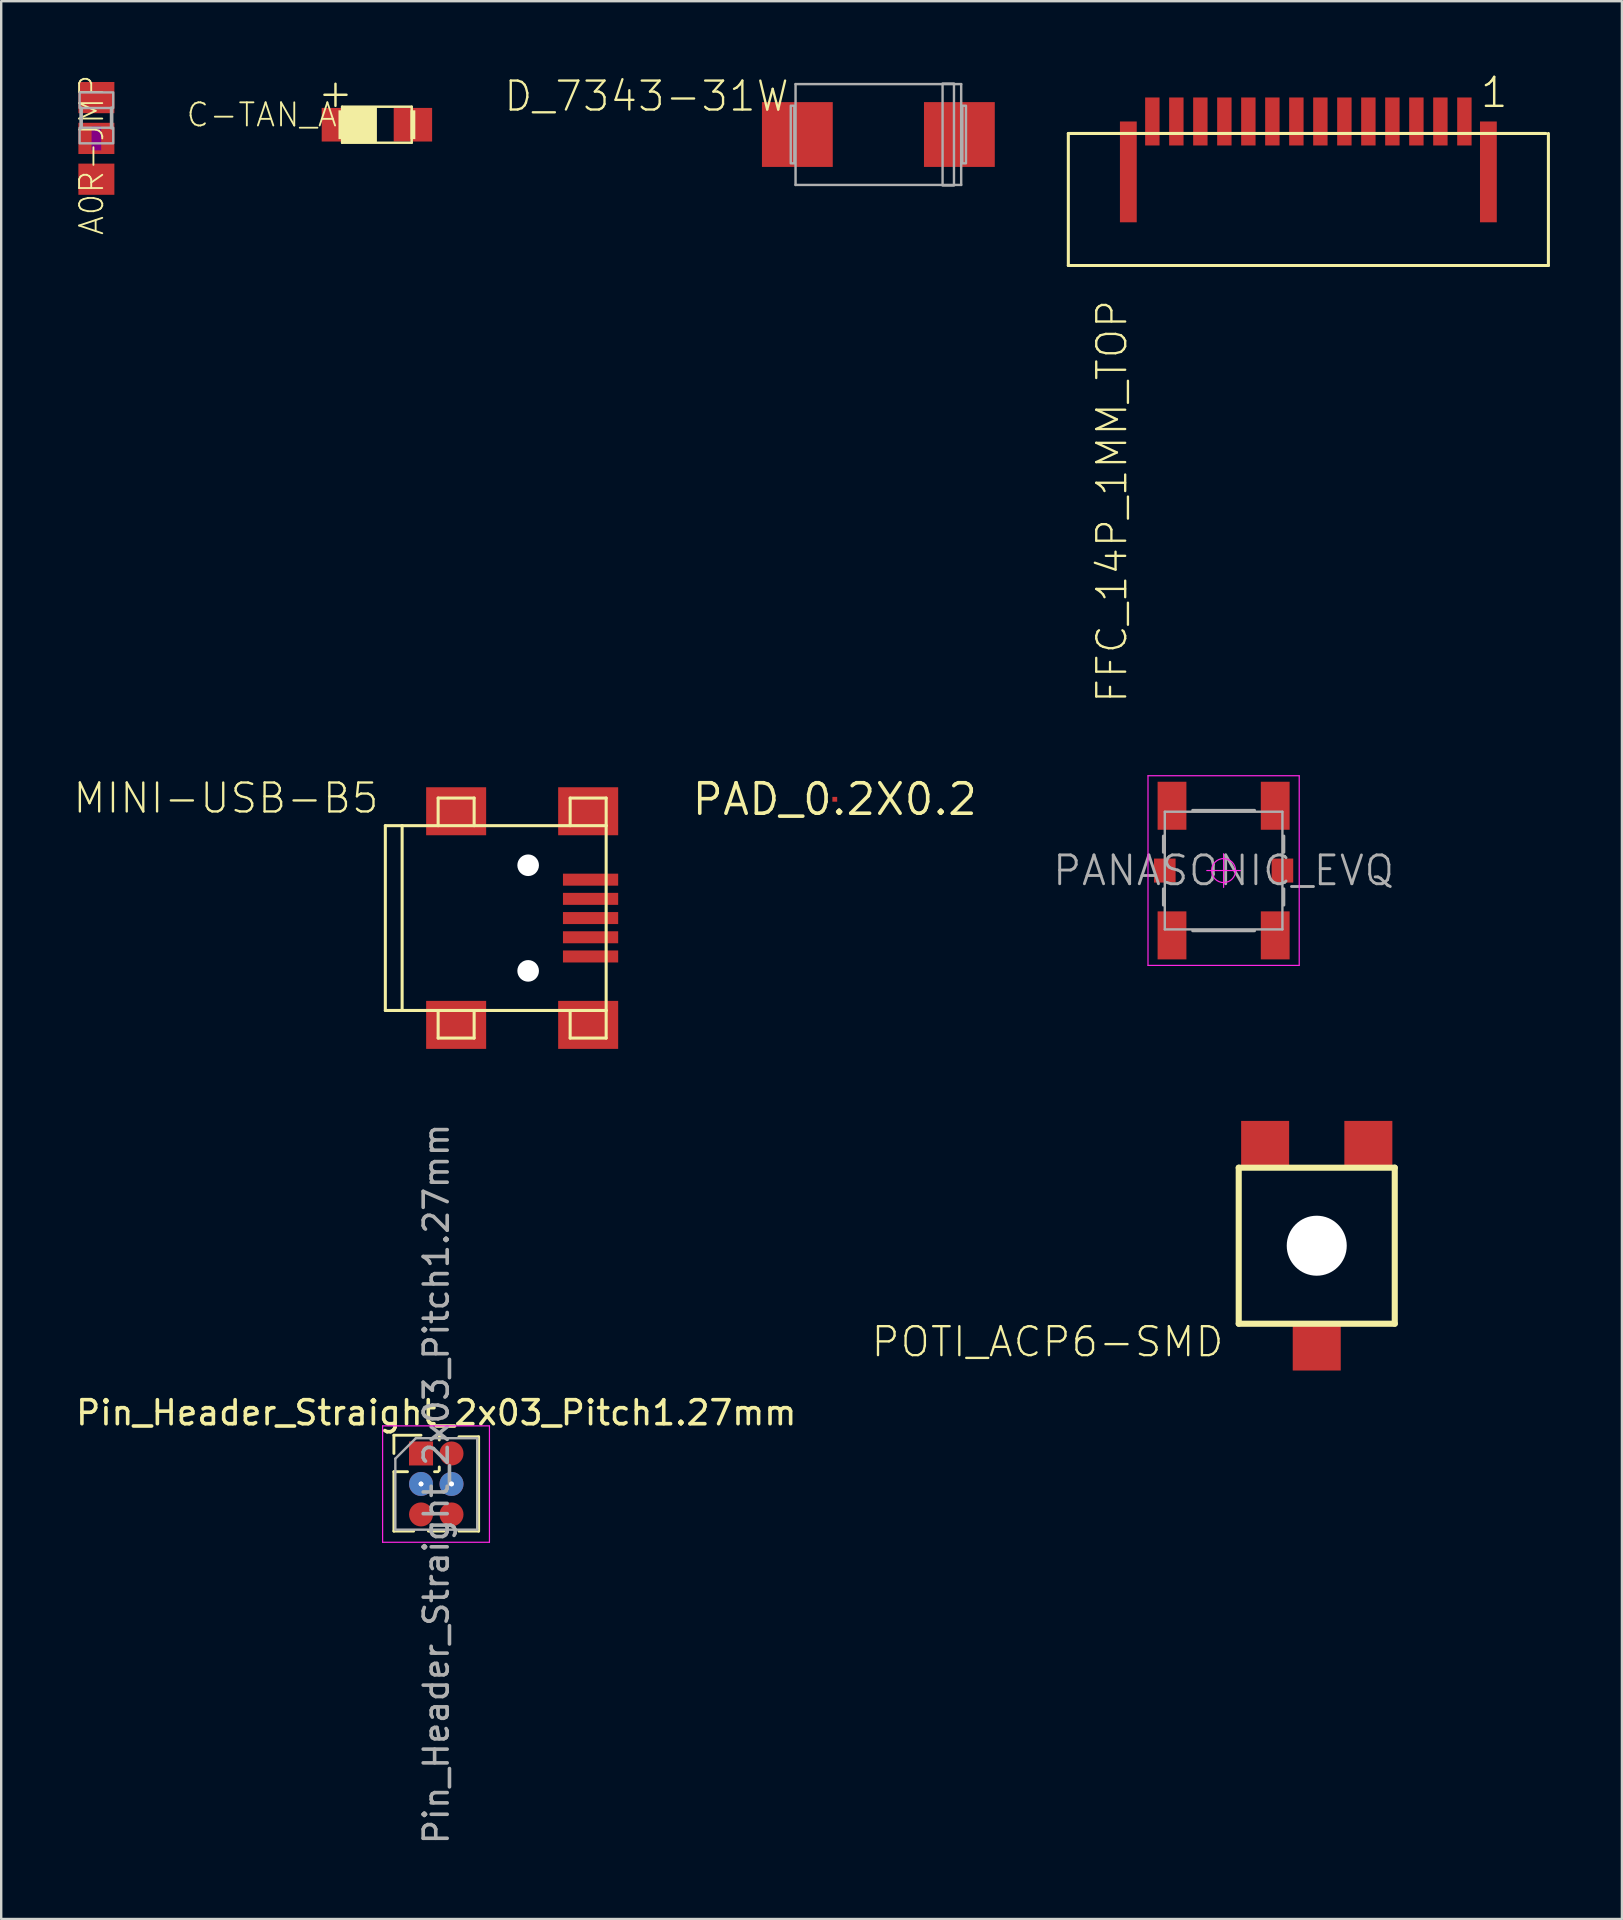
<source format=kicad_pcb>
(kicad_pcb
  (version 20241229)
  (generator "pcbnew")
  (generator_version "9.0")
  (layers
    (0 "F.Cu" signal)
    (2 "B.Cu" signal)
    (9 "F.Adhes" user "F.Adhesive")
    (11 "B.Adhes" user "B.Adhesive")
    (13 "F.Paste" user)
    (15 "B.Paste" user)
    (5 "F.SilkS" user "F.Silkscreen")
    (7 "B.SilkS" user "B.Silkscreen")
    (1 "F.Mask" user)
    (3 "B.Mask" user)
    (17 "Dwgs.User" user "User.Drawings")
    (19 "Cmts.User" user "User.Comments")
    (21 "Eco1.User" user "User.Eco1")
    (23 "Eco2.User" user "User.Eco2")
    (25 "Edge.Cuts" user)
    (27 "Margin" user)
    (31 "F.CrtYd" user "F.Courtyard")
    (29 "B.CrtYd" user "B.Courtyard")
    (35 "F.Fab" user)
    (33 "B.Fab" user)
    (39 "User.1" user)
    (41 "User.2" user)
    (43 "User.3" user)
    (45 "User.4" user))
  (footprint "C-TAN_A"
    (layer "F.Cu")
    (at 12.652 2.146)
    (property "Reference" "C-TAN_A" (at -1.6 -0.975 180) (layer "F.SilkS") (effects (font (size 0.965 0.965) (thickness 0.077)) (justify right top)))
    (attr through_hole)
    (fp_line (start -1.45 -0.75) (end 1.45 -0.75) (stroke (width 0.102) (type solid)) (layer "F.SilkS"))
    (fp_line (start -1.45 0.75) (end -1.45 -0.75) (stroke (width 0.102) (type solid)) (layer "F.SilkS"))
    (fp_line (start 1.45 -0.75) (end 1.45 0.75) (stroke (width 0.102) (type solid)) (layer "F.SilkS"))
    (fp_line (start 1.45 0.75) (end -1.45 0.75) (stroke (width 0.102) (type solid)) (layer "F.SilkS"))
    (fp_poly (pts (xy -1.6 0.6) (xy -1.4 0.6) (xy -1.4 -0.6) (xy -1.6 -0.6)) (stroke (width 0) (type solid)) (fill yes) (layer "F.SilkS"))
    (fp_poly (pts (xy -1.45 0.75) (xy 0 0.75) (xy 0 -0.75) (xy -1.45 -0.75)) (stroke (width 0) (type solid)) (fill yes) (layer "F.SilkS"))
    (fp_poly (pts (xy 1.6 -0.6) (xy 1.4 -0.6) (xy 1.4 0.6) (xy 1.6 0.6)) (stroke (width 0) (type solid)) (fill yes) (layer "F.SilkS"))
    (fp_text user "+" (at -2.54 -0.635 0) (layer "F.SilkS") (effects (font (size 1.206 1.206) (thickness 0.102)) (justify left bottom)))
    (pad "+" smd rect (at -1.5 0) (size 1.6 1.4) (layers "F.Cu" "F.Mask" "F.Paste"))
    (pad "-" smd rect (at 1.5 0 180) (size 1.6 1.4) (layers "F.Cu" "F.Mask" "F.Paste")))
  (footprint "Pin_Header_Straight_2x03_Pitch1.27mm"
    (layer "F.Cu")
    (at 14.49 57.502)
    (property "Reference" "Pin_Header_Straight_2x03_Pitch1.27mm" (at 0.635 -1.695 0) (layer "F.SilkS") (effects (font (size 1 1) (thickness 0.15))))
    (attr through_hole)
    (fp_line (start -1.13 -0.76) (end 0 -0.76) (stroke (width 0.12) (type solid)) (layer "F.SilkS"))
    (fp_line (start -1.13 0) (end -1.13 -0.76) (stroke (width 0.12) (type solid)) (layer "F.SilkS"))
    (fp_line (start -1.13 0.76) (end -1.13 3.235) (stroke (width 0.12) (type solid)) (layer "F.SilkS"))
    (fp_line (start -1.13 0.76) (end -0.563 0.76) (stroke (width 0.12) (type solid)) (layer "F.SilkS"))
    (fp_line (start -1.13 3.235) (end -0.308 3.235) (stroke (width 0.12) (type solid)) (layer "F.SilkS"))
    (fp_line (start 0.308 3.235) (end 0.962 3.235) (stroke (width 0.12) (type solid)) (layer "F.SilkS"))
    (fp_line (start 0.563 0.76) (end 0.707 0.76) (stroke (width 0.12) (type solid)) (layer "F.SilkS"))
    (fp_line (start 0.76 -0.695) (end 0.962 -0.695) (stroke (width 0.12) (type solid)) (layer "F.SilkS"))
    (fp_line (start 0.76 -0.563) (end 0.76 -0.695) (stroke (width 0.12) (type solid)) (layer "F.SilkS"))
    (fp_line (start 0.76 0.707) (end 0.76 0.563) (stroke (width 0.12) (type solid)) (layer "F.SilkS"))
    (fp_line (start 1.578 -0.695) (end 2.4 -0.695) (stroke (width 0.12) (type solid)) (layer "F.SilkS"))
    (fp_line (start 1.578 3.235) (end 2.4 3.235) (stroke (width 0.12) (type solid)) (layer "F.SilkS"))
    (fp_line (start 2.4 -0.695) (end 2.4 3.235) (stroke (width 0.12) (type solid)) (layer "F.SilkS"))
    (fp_line (start -1.6 -1.15) (end -1.6 3.7) (stroke (width 0.05) (type solid)) (layer "F.CrtYd"))
    (fp_line (start -1.6 3.7) (end 2.85 3.7) (stroke (width 0.05) (type solid)) (layer "F.CrtYd"))
    (fp_line (start 2.85 -1.15) (end -1.6 -1.15) (stroke (width 0.05) (type solid)) (layer "F.CrtYd"))
    (fp_line (start 2.85 3.7) (end 2.85 -1.15) (stroke (width 0.05) (type solid)) (layer "F.CrtYd"))
    (fp_line (start -1.07 0.217) (end -0.217 -0.635) (stroke (width 0.1) (type solid)) (layer "F.Fab"))
    (fp_line (start -1.07 3.175) (end -1.07 0.217) (stroke (width 0.1) (type solid)) (layer "F.Fab"))
    (fp_line (start -0.217 -0.635) (end 2.34 -0.635) (stroke (width 0.1) (type solid)) (layer "F.Fab"))
    (fp_line (start 2.34 -0.635) (end 2.34 3.175) (stroke (width 0.1) (type solid)) (layer "F.Fab"))
    (fp_line (start 2.34 3.175) (end -1.07 3.175) (stroke (width 0.1) (type solid)) (layer "F.Fab"))
    (fp_text user "${REFERENCE}" (at 0.635 1.27 90) (layer "F.Fab") (effects (font (size 1 1) (thickness 0.15))))
    (pad "1" smd rect (at 0 0) (size 1 1) (layers "F.Cu" "F.Mask" "F.Paste"))
    (pad "2" smd oval (at 1.27 0) (size 1 1) (layers "F.Cu" "F.Mask" "F.Paste"))
    (pad "3" thru_hole oval (at 0 1.27) (size 0.4 0.4) (drill 0.2) (layers "F.Mask" "B.Cu"))
    (pad "3" thru_hole oval (at 0 1.27) (size 1 1) (drill 0.2) (layers "F.Cu" "F.Mask"))
    (pad "4" thru_hole oval (at 1.27 1.27) (size 0.4 0.4) (drill 0.2) (layers "F.Mask" "B.Cu"))
    (pad "4" thru_hole oval (at 1.27 1.27) (size 1 1) (drill 0.2) (layers "F.Cu" "F.Mask"))
    (pad "5" smd oval (at 0 2.54) (size 1 1) (layers "F.Cu" "F.Mask" "F.Paste"))
    (pad "6" smd oval (at 1.27 2.54) (size 1 1) (layers "F.Cu" "F.Mask" "F.Paste")))
  (footprint "PANASONIC_EVQ"
    (layer "F.Cu")
    (at 47.926 33.218)
    (property "Reference" "PANASONIC_EVQ" (at 0 0 0) (layer "F.Fab") (effects (font (size 1.2 1.2) (thickness 0.12))))
    (attr smd)
    (fp_line (start -3.15 -3.95) (end 3.15 -3.95) (stroke (width 0.05) (type solid)) (layer "F.CrtYd"))
    (fp_line (start -3.15 3.95) (end -3.15 -3.95) (stroke (width 0.05) (type solid)) (layer "F.CrtYd"))
    (fp_line (start -0.7 0) (end 0.7 0) (stroke (width 0.05) (type solid)) (layer "F.CrtYd"))
    (fp_line (start 0 -0.7) (end 0 0.7) (stroke (width 0.05) (type solid)) (layer "F.CrtYd"))
    (fp_line (start 3.15 -3.95) (end 3.15 3.95) (stroke (width 0.05) (type solid)) (layer "F.CrtYd"))
    (fp_line (start 3.15 3.95) (end -3.15 3.95) (stroke (width 0.05) (type solid)) (layer "F.CrtYd"))
    (fp_circle (center 0 0) (end 0 0.5) (stroke (width 0.05) (type solid)) (fill no) (layer "F.CrtYd"))
    (fp_line (start -2.51 -1.44) (end -2.51 -0.76) (stroke (width 0.12) (type solid)) (layer "F.Fab"))
    (fp_line (start -2.51 0.76) (end -2.51 1.44) (stroke (width 0.12) (type solid)) (layer "F.Fab"))
    (fp_line (start -2.45 -2.45) (end 2.45 -2.45) (stroke (width 0.1) (type solid)) (layer "F.Fab"))
    (fp_line (start -2.45 2.45) (end -2.45 -2.45) (stroke (width 0.1) (type solid)) (layer "F.Fab"))
    (fp_line (start -1.29 -2.51) (end 1.29 -2.51) (stroke (width 0.12) (type solid)) (layer "F.Fab"))
    (fp_line (start -1.29 2.51) (end 1.29 2.51) (stroke (width 0.12) (type solid)) (layer "F.Fab"))
    (fp_line (start 2.45 -2.45) (end 2.45 2.45) (stroke (width 0.1) (type solid)) (layer "F.Fab"))
    (fp_line (start 2.45 2.45) (end -2.45 2.45) (stroke (width 0.1) (type solid)) (layer "F.Fab"))
    (fp_line (start 2.51 -1.44) (end 2.51 -0.76) (stroke (width 0.12) (type solid)) (layer "F.Fab"))
    (fp_line (start 2.51 0.76) (end 2.51 1.44) (stroke (width 0.12) (type solid)) (layer "F.Fab"))
    (pad "1" smd rect (at -2.15 -2.7) (size 1.2 2) (layers "F.Cu" "F.Mask" "F.Paste"))
    (pad "2" smd rect (at 2.15 -2.7) (size 1.2 2) (layers "F.Cu" "F.Mask" "F.Paste"))
    (pad "3" smd rect (at -2.15 2.7) (size 1.2 2) (layers "F.Cu" "F.Mask" "F.Paste"))
    (pad "4" smd rect (at 2.15 2.7) (size 1.2 2) (layers "F.Cu" "F.Mask" "F.Paste"))
    (pad "5" smd rect (at 2.45 0) (size 0.9 1) (layers "F.Cu" "F.Mask" "F.Paste"))
    (pad "6" smd rect (at -2.45 0) (size 0.9 1) (layers "F.Cu" "F.Mask" "F.Paste")))
  (footprint "MINI-USB-B5"
    (layer "F.Cu")
    (at 13.003 40.197)
    (property "Reference" "MINI-USB-B5" (at -0.2 -10.7 180) (layer "F.SilkS") (effects (font (size 1.206 1.206) (thickness 0.097)) (justify right top)))
    (attr through_hole)
    (fp_line (start 0 -8.85) (end 0.7 -8.85) (stroke (width 0.127) (type solid)) (layer "F.SilkS"))
    (fp_line (start 0 -1.15) (end 0 -8.85) (stroke (width 0.127) (type solid)) (layer "F.SilkS"))
    (fp_line (start 0 -1.15) (end 0.7 -1.15) (stroke (width 0.127) (type solid)) (layer "F.SilkS"))
    (fp_line (start 0.7 -8.85) (end 2.2 -8.85) (stroke (width 0.127) (type solid)) (layer "F.SilkS"))
    (fp_line (start 0.7 -1.15) (end 0.7 -8.85) (stroke (width 0.127) (type solid)) (layer "F.SilkS"))
    (fp_line (start 0.7 -1.15) (end 2.2 -1.15) (stroke (width 0.127) (type solid)) (layer "F.SilkS"))
    (fp_line (start 2.2 -10) (end 3.7 -10) (stroke (width 0.127) (type solid)) (layer "F.SilkS"))
    (fp_line (start 2.2 -8.85) (end 2.2 -10) (stroke (width 0.127) (type solid)) (layer "F.SilkS"))
    (fp_line (start 2.2 -8.85) (end 3.7 -8.85) (stroke (width 0.127) (type solid)) (layer "F.SilkS"))
    (fp_line (start 2.2 -1.15) (end 3.7 -1.15) (stroke (width 0.127) (type solid)) (layer "F.SilkS"))
    (fp_line (start 2.2 0) (end 2.2 -1.15) (stroke (width 0.127) (type solid)) (layer "F.SilkS"))
    (fp_line (start 2.2 0) (end 3.7 0) (stroke (width 0.127) (type solid)) (layer "F.SilkS"))
    (fp_line (start 3.7 -8.85) (end 3.7 -10) (stroke (width 0.127) (type solid)) (layer "F.SilkS"))
    (fp_line (start 3.7 -8.85) (end 7.7 -8.85) (stroke (width 0.127) (type solid)) (layer "F.SilkS"))
    (fp_line (start 3.7 -1.15) (end 7.7 -1.15) (stroke (width 0.127) (type solid)) (layer "F.SilkS"))
    (fp_line (start 3.7 0) (end 3.7 -1.15) (stroke (width 0.127) (type solid)) (layer "F.SilkS"))
    (fp_line (start 7.7 -10) (end 9.2 -10) (stroke (width 0.127) (type solid)) (layer "F.SilkS"))
    (fp_line (start 7.7 -8.85) (end 7.7 -10) (stroke (width 0.127) (type solid)) (layer "F.SilkS"))
    (fp_line (start 7.7 -8.85) (end 9.2 -8.85) (stroke (width 0.127) (type solid)) (layer "F.SilkS"))
    (fp_line (start 7.7 -1.15) (end 9.2 -1.15) (stroke (width 0.127) (type solid)) (layer "F.SilkS"))
    (fp_line (start 7.7 0) (end 7.7 -1.15) (stroke (width 0.127) (type solid)) (layer "F.SilkS"))
    (fp_line (start 7.7 0) (end 9.2 0) (stroke (width 0.127) (type solid)) (layer "F.SilkS"))
    (fp_line (start 9.2 -8.85) (end 9.2 -10) (stroke (width 0.127) (type solid)) (layer "F.SilkS"))
    (fp_line (start 9.2 -1.15) (end 9.2 -8.85) (stroke (width 0.127) (type solid)) (layer "F.SilkS"))
    (fp_line (start 9.2 0) (end 9.2 -1.15) (stroke (width 0.127) (type solid)) (layer "F.SilkS"))
    (pad "" np_thru_hole circle (at 5.95 -7.2) (size 0.9 0.9) (drill 0.9) (layers "*.Cu"))
    (pad "" np_thru_hole circle (at 5.95 -2.8) (size 0.9 0.9) (drill 0.9) (layers "*.Cu"))
    (pad "1" smd rect (at 8.55 -6.6) (size 2.3 0.5) (layers "F.Cu" "F.Mask" "F.Paste"))
    (pad "2" smd rect (at 8.55 -5.8) (size 2.3 0.5) (layers "F.Cu" "F.Mask" "F.Paste"))
    (pad "3" smd rect (at 8.55 -5) (size 2.3 0.5) (layers "F.Cu" "F.Mask" "F.Paste"))
    (pad "4" smd rect (at 8.55 -4.2) (size 2.3 0.5) (layers "F.Cu" "F.Mask" "F.Paste"))
    (pad "5" smd rect (at 8.55 -3.4) (size 2.3 0.5) (layers "F.Cu" "F.Mask" "F.Paste"))
    (pad "M1" smd rect (at 2.95 -9.45) (size 2.5 2) (layers "F.Cu" "F.Mask" "F.Paste"))
    (pad "M2" smd rect (at 8.45 -9.45) (size 2.5 2) (layers "F.Cu" "F.Mask" "F.Paste"))
    (pad "M3" smd rect (at 2.95 -0.55) (size 2.5 2) (layers "F.Cu" "F.Mask" "F.Paste"))
    (pad "M4" smd rect (at 8.45 -0.55) (size 2.5 2) (layers "F.Cu" "F.Mask" "F.Paste")))
  (footprint "FFC_14P_1MM_TOP"
    (layer "F.Cu")
    (at 51.457 3.111)
    (property "Reference" "FFC_14P_1MM_TOP" (at -8.89 6.25 90) (layer "F.SilkS") (effects (font (size 1.206 1.206) (thickness 0.097)) (justify right top)))
    (attr through_hole)
    (fp_line (start -10 -0.6) (end 9.9 -0.6) (stroke (width 0.127) (type solid)) (layer "F.SilkS"))
    (fp_line (start -10 4.9) (end -10 -0.6) (stroke (width 0.127) (type solid)) (layer "F.SilkS"))
    (fp_line (start -10 4.9) (end 10 4.9) (stroke (width 0.127) (type solid)) (layer "F.SilkS"))
    (fp_line (start 10 4.9) (end 10 -0.6) (stroke (width 0.127) (type solid)) (layer "F.SilkS"))
    (fp_text user "1" (at 7.1 -1.6 0) (layer "F.SilkS") (effects (font (size 1.206 1.206) (thickness 0.102)) (justify left bottom)))
    (pad "P$1" smd rect (at 6.5 -1.1) (size 0.6 2) (layers "F.Cu" "F.Mask" "F.Paste"))
    (pad "P$2" smd rect (at 5.5 -1.1) (size 0.6 2) (layers "F.Cu" "F.Mask" "F.Paste"))
    (pad "P$3" smd rect (at 4.5 -1.1) (size 0.6 2) (layers "F.Cu" "F.Mask" "F.Paste"))
    (pad "P$4" smd rect (at 3.5 -1.1) (size 0.6 2) (layers "F.Cu" "F.Mask" "F.Paste"))
    (pad "P$5" smd rect (at 2.5 -1.1) (size 0.6 2) (layers "F.Cu" "F.Mask" "F.Paste"))
    (pad "P$6" smd rect (at 1.5 -1.1) (size 0.6 2) (layers "F.Cu" "F.Mask" "F.Paste"))
    (pad "P$7" smd rect (at 0.5 -1.1) (size 0.6 2) (layers "F.Cu" "F.Mask" "F.Paste"))
    (pad "P$8" smd rect (at -0.5 -1.1) (size 0.6 2) (layers "F.Cu" "F.Mask" "F.Paste"))
    (pad "P$9" smd rect (at -1.5 -1.1) (size 0.6 2) (layers "F.Cu" "F.Mask" "F.Paste"))
    (pad "P$10" smd rect (at -2.5 -1.1) (size 0.6 2) (layers "F.Cu" "F.Mask" "F.Paste"))
    (pad "P$11" smd rect (at -3.5 -1.1) (size 0.6 2) (layers "F.Cu" "F.Mask" "F.Paste"))
    (pad "P$12" smd rect (at -4.5 -1.1) (size 0.6 2) (layers "F.Cu" "F.Mask" "F.Paste"))
    (pad "P$13" smd rect (at -5.5 -1.1) (size 0.6 2) (layers "F.Cu" "F.Mask" "F.Paste"))
    (pad "P$14" smd rect (at -6.5 -1.1) (size 0.6 2) (layers "F.Cu" "F.Mask" "F.Paste"))
    (pad "P$15" smd rect (at -7.5 1) (size 0.7 4.2) (layers "F.Cu" "F.Mask" "F.Paste"))
    (pad "P$16" smd rect (at 7.5 1) (size 0.7 4.2) (layers "F.Cu" "F.Mask" "F.Paste")))
  (footprint "POTI_ACP6-SMD"
    (layer "F.Cu")
    (at 51.806 48.847)
    (property "Reference" "POTI_ACP6-SMD" (at -3.8 3.3 180) (layer "F.SilkS") (effects (font (size 1.206 1.206) (thickness 0.097)) (justify right top)))
    (attr through_hole)
    (fp_line (start -3.25 -3.25) (end -3.25 3.25) (stroke (width 0.254) (type solid)) (layer "F.SilkS"))
    (fp_line (start -3.25 3.25) (end 3.25 3.25) (stroke (width 0.254) (type solid)) (layer "F.SilkS"))
    (fp_line (start 3.25 -3.25) (end -3.25 -3.25) (stroke (width 0.254) (type solid)) (layer "F.SilkS"))
    (fp_line (start 3.25 3.25) (end 3.25 -3.25) (stroke (width 0.254) (type solid)) (layer "F.SilkS"))
    (pad "" np_thru_hole circle (at 0 0) (size 2.5 2.5) (drill 2.5) (layers "*.Cu"))
    (pad "P$A" smd rect (at 2.15 -4.2 90) (size 2 2) (layers "F.Cu" "F.Mask" "F.Paste"))
    (pad "P$E" smd rect (at -2.15 -4.2 90) (size 2 2) (layers "F.Cu" "F.Mask" "F.Paste"))
    (pad "P$S" smd rect (at 0 4.2 90) (size 2 2) (layers "F.Cu" "F.Mask" "F.Paste")))
  (footprint "D_7343-31W"
    (layer "F.Cu")
    (at 33.543 2.554)
    (property "Reference" "D_7343-31W" (at -3.65 -2.3 180) (layer "F.SilkS") (effects (font (size 1.206 1.206) (thickness 0.097)) (justify right top)))
    (attr through_hole)
    (fp_line (start -3.45 -2.1) (end 3.45 -2.1) (stroke (width 0.102) (type solid)) (layer "F.Fab"))
    (fp_line (start -3.45 2.1) (end -3.45 -2.1) (stroke (width 0.102) (type solid)) (layer "F.Fab"))
    (fp_line (start 3.45 -2.1) (end 3.45 2.1) (stroke (width 0.102) (type solid)) (layer "F.Fab"))
    (fp_line (start 3.45 2.1) (end -3.45 2.1) (stroke (width 0.102) (type solid)) (layer "F.Fab"))
    (fp_poly (pts (xy -3.65 1.2) (xy -3.5 1.2) (xy -3.5 -1.2) (xy -3.65 -1.2)) (stroke (width 0.1) (type solid)) (fill no) (layer "F.Fab"))
    (fp_poly (pts (xy 2.675 2.125) (xy 3.15 2.125) (xy 3.15 -2.125) (xy 2.675 -2.125)) (stroke (width 0.1) (type solid)) (fill no) (layer "F.Fab"))
    (fp_poly (pts (xy 3.5 1.2) (xy 3.65 1.2) (xy 3.65 -1.2) (xy 3.5 -1.2)) (stroke (width 0.1) (type solid)) (fill no) (layer "F.Fab"))
    (pad "+" smd rect (at 3.375 0) (size 2.95 2.7) (layers "F.Cu" "F.Mask" "F.Paste"))
    (pad "-" smd rect (at -3.375 0) (size 2.95 2.7) (layers "F.Cu" "F.Mask" "F.Paste")))
  (footprint "PAD_0.2X0.2"
    (layer "F.Cu")
    (at 31.727 30.249)
    (property "Reference" "PAD_0.2X0.2" (at 0 0 0) (layer "F.SilkS") (effects (font (size 1.27 1.27) (thickness 0.15))))
    (attr through_hole)
    (pad "P$1" smd rect (at 0 0) (size 0.2 0.2) (layers "F.Cu" "F.Mask" "F.Paste")))
  (footprint "A0R-JMP"
    (layer "F.Cu")
    (at 0.965 2.716)
    (property "Reference" "A0R-JMP" (at -0.762 -2.716 270) (layer "F.SilkS") (effects (font (size 0.965 0.965) (thickness 0.077)) (justify right top)))
    (attr through_hole)
    (fp_poly (pts (xy -0.2 0.5) (xy 0.2 0.5) (xy 0.2 -0.5) (xy -0.2 -0.5)) (stroke (width 0) (type solid)) (fill yes) (layer "F.Adhes"))
    (fp_line (start -0.635 -1.26) (end -0.635 -0.44) (stroke (width 0.152) (type solid)) (layer "F.Fab"))
    (fp_line (start 0.635 -1.26) (end 0.635 -0.44) (stroke (width 0.152) (type solid)) (layer "F.Fab"))
    (fp_poly (pts (xy -0.699 -1.917) (xy -0.699 -1.267) (xy 0.702 -1.267) (xy 0.702 -1.917)) (stroke (width 0.1) (type solid)) (fill no) (layer "F.Fab"))
    (fp_poly (pts (xy -0.699 -0.444) (xy -0.699 0.206) (xy 0.702 0.206) (xy 0.702 -0.444)) (stroke (width 0.1) (type solid)) (fill no) (layer "F.Fab"))
    (pad "1" smd rect (at 0 -1.7 270) (size 1.3 1.5) (layers "F.Cu" "F.Mask" "F.Paste"))
    (pad "2" smd rect (at 0 0 270) (size 1.3 1.5) (layers "F.Cu" "F.Mask" "F.Paste"))
    (pad "3" smd rect (at 0 1.7 270) (size 1.3 1.5) (layers "F.Cu" "F.Mask" "F.Paste")))
  (gr_rect
    (start -3 -3)
    (end 64.52 76.897)
    (stroke (width 0.1) (type default))
    (fill no)
    (layer "Edge.Cuts")))
</source>
